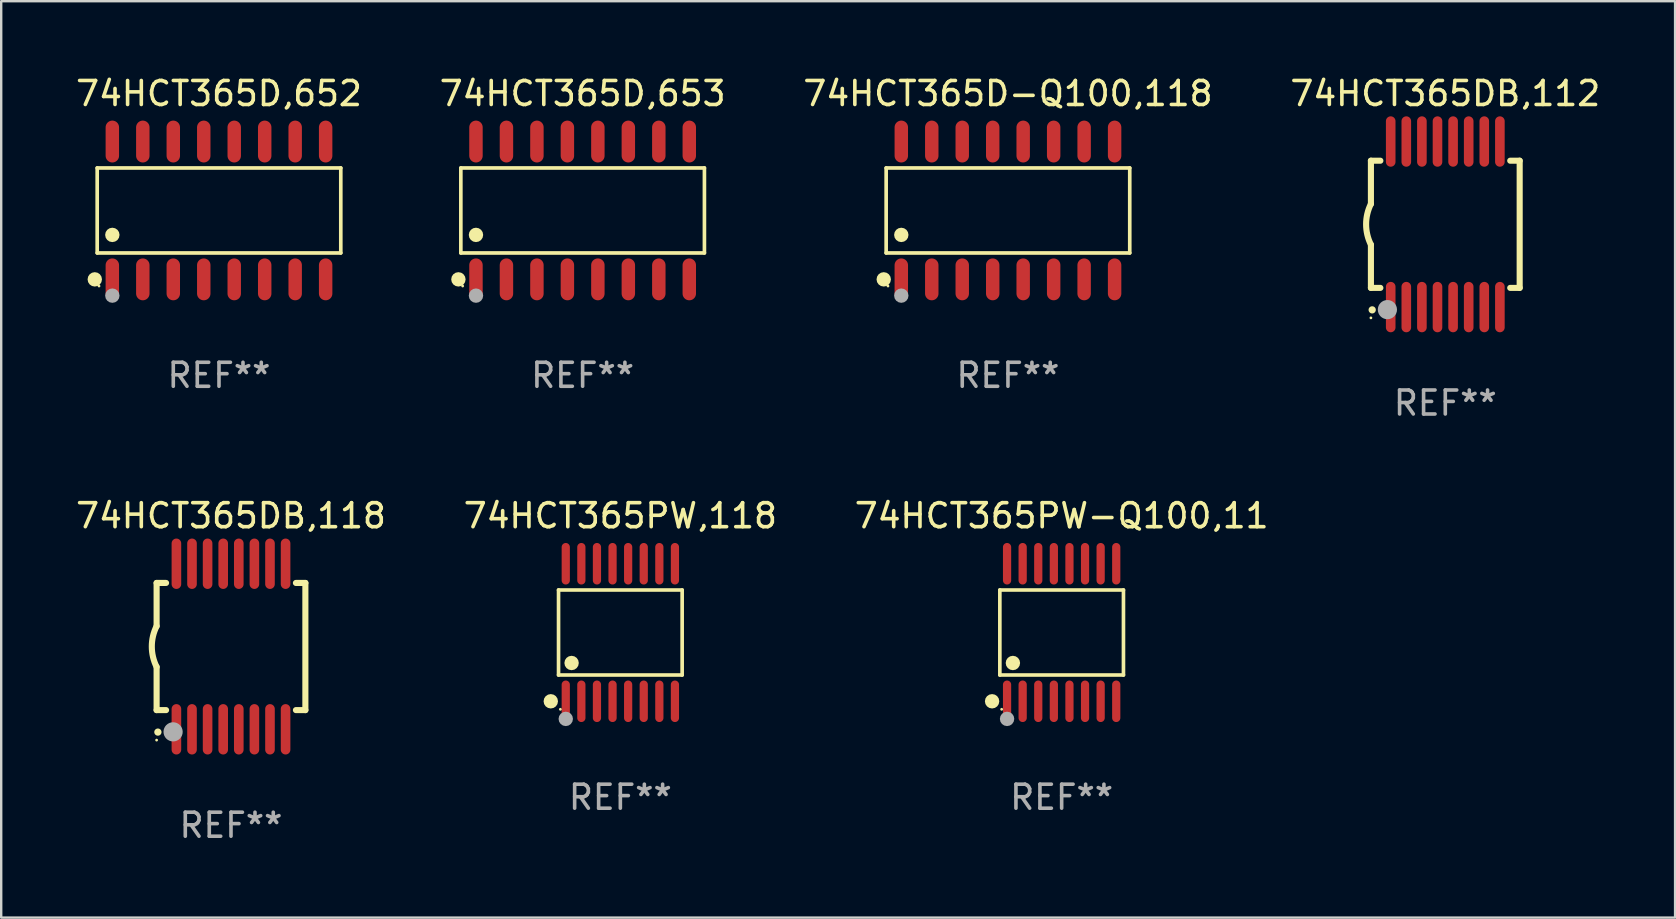
<source format=kicad_pcb>
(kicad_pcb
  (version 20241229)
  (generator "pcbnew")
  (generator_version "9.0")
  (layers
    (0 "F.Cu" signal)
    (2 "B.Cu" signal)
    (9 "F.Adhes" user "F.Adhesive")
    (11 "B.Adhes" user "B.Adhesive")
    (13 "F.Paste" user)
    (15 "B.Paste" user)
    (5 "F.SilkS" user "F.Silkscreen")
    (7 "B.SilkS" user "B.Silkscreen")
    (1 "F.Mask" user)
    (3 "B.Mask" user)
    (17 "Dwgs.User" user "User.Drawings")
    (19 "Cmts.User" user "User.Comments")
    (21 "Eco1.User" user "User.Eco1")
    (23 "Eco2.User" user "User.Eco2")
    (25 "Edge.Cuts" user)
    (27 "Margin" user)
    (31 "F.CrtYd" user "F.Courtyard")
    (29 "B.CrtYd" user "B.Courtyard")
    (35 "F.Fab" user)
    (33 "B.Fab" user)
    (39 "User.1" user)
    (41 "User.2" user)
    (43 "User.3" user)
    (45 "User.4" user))
  (footprint "74HCT365DB,112"
    (layer "F.Cu")
    (at 57.185 6.298)
    (property "Reference" "74HCT365DB,112" (at 0 -5.45 0) (layer "F.SilkS") (effects (font (size 1 1) (thickness 0.15))))
    (attr through_hole)
    (fp_line (start -3.1 -2.65) (end -3.1 -0.85) (stroke (width 0.254) (type solid)) (layer "F.SilkS"))
    (fp_line (start -3.1 -2.65) (end -2.706 -2.65) (stroke (width 0.254) (type solid)) (layer "F.SilkS"))
    (fp_line (start -3.1 2.65) (end -3.1 0.85) (stroke (width 0.254) (type solid)) (layer "F.SilkS"))
    (fp_line (start -3.1 2.65) (end -2.706 2.65) (stroke (width 0.254) (type solid)) (layer "F.SilkS"))
    (fp_line (start 2.706 -2.65) (end 3.1 -2.65) (stroke (width 0.254) (type solid)) (layer "F.SilkS"))
    (fp_line (start 2.706 2.65) (end 3.1 2.65) (stroke (width 0.254) (type solid)) (layer "F.SilkS"))
    (fp_line (start 3.1 -2.65) (end 3.1 2.65) (stroke (width 0.254) (type solid)) (layer "F.SilkS"))
    (fp_arc (start -3.098907 0.850902) (mid -3.300057 0.000523) (end -3.1 -0.850114) (stroke (width 0.254001) (type solid)) (layer "F.SilkS"))
    (fp_arc (start -3.048006 3.566066) (mid -3.046736 3.566061) (end -3.045466 3.566066) (stroke (width 0.3) (type solid)) (layer "F.SilkS"))
    (fp_circle (center -3.1 3.9) (end -3.07 3.9) (stroke (width 0.06) (type solid)) (fill no) (layer "F.SilkS"))
    (fp_circle (center -2.413 3.556) (end -2.213 3.556) (stroke (width 0.4) (type solid)) (fill no) (layer "F.Fab"))
    (fp_text user "REF**" (at 0 7.45 0) (layer "F.Fab") (effects (font (size 1 1) (thickness 0.15))))
    (pad "1" smd oval (at -2.275 3.45 180) (size 0.4 2.1) (layers "F.Cu" "F.Mask" "F.Paste"))
    (pad "2" smd oval (at -1.625 3.45 180) (size 0.4 2.1) (layers "F.Cu" "F.Mask" "F.Paste"))
    (pad "3" smd oval (at -0.975 3.45 180) (size 0.4 2.1) (layers "F.Cu" "F.Mask" "F.Paste"))
    (pad "4" smd oval (at -0.325 3.45 180) (size 0.4 2.1) (layers "F.Cu" "F.Mask" "F.Paste"))
    (pad "5" smd oval (at 0.325 3.45 180) (size 0.4 2.1) (layers "F.Cu" "F.Mask" "F.Paste"))
    (pad "6" smd oval (at 0.975 3.45 180) (size 0.4 2.1) (layers "F.Cu" "F.Mask" "F.Paste"))
    (pad "7" smd oval (at 1.625 3.45 180) (size 0.4 2.1) (layers "F.Cu" "F.Mask" "F.Paste"))
    (pad "8" smd oval (at 2.275 3.45 180) (size 0.4 2.1) (layers "F.Cu" "F.Mask" "F.Paste"))
    (pad "9" smd oval (at 2.275 -3.45 180) (size 0.4 2.1) (layers "F.Cu" "F.Mask" "F.Paste"))
    (pad "10" smd oval (at 1.625 -3.45 180) (size 0.4 2.1) (layers "F.Cu" "F.Mask" "F.Paste"))
    (pad "11" smd oval (at 0.975 -3.45 180) (size 0.4 2.1) (layers "F.Cu" "F.Mask" "F.Paste"))
    (pad "12" smd oval (at 0.325 -3.45 180) (size 0.4 2.1) (layers "F.Cu" "F.Mask" "F.Paste"))
    (pad "13" smd oval (at -0.325 -3.45 180) (size 0.4 2.1) (layers "F.Cu" "F.Mask" "F.Paste"))
    (pad "14" smd oval (at -0.975 -3.45 180) (size 0.4 2.1) (layers "F.Cu" "F.Mask" "F.Paste"))
    (pad "15" smd oval (at -1.625 -3.45 180) (size 0.4 2.1) (layers "F.Cu" "F.Mask" "F.Paste"))
    (pad "16" smd oval (at -2.275 -3.45 180) (size 0.4 2.1) (layers "F.Cu" "F.Mask" "F.Paste")))
  (footprint "74HCT365D-Q100,118"
    (layer "F.Cu")
    (at 38.958 5.721)
    (property "Reference" "74HCT365D-Q100,118" (at 0 -4.872 0) (layer "F.SilkS") (effects (font (size 1 1) (thickness 0.15))))
    (attr through_hole)
    (fp_line (start -5.076 -1.771) (end 5.076 -1.771) (stroke (width 0.152) (type solid)) (layer "F.SilkS"))
    (fp_line (start -5.076 1.771) (end -5.076 -1.771) (stroke (width 0.152) (type solid)) (layer "F.SilkS"))
    (fp_line (start 5.076 -1.771) (end 5.076 1.771) (stroke (width 0.152) (type solid)) (layer "F.SilkS"))
    (fp_line (start 5.076 1.771) (end -5.076 1.771) (stroke (width 0.152) (type solid)) (layer "F.SilkS"))
    (fp_circle (center -5.177 2.872) (end -5.027 2.872) (stroke (width 0.3) (type solid)) (fill no) (layer "F.SilkS"))
    (fp_circle (center -5 3.15) (end -4.97 3.15) (stroke (width 0.06) (type solid)) (fill no) (layer "F.SilkS"))
    (fp_circle (center -4.445 1.019) (end -4.295 1.019) (stroke (width 0.3) (type solid)) (fill no) (layer "F.SilkS"))
    (fp_circle (center -4.445 3.55) (end -4.295 3.55) (stroke (width 0.3) (type solid)) (fill no) (layer "F.Fab"))
    (fp_text user "REF**" (at 0 6.872 0) (layer "F.Fab") (effects (font (size 1 1) (thickness 0.15))))
    (pad "1" smd oval (at -4.445 2.872) (size 0.56 1.745) (layers "F.Cu" "F.Mask" "F.Paste"))
    (pad "2" smd oval (at -3.175 2.872) (size 0.56 1.745) (layers "F.Cu" "F.Mask" "F.Paste"))
    (pad "3" smd oval (at -1.905 2.872) (size 0.56 1.745) (layers "F.Cu" "F.Mask" "F.Paste"))
    (pad "4" smd oval (at -0.635 2.872) (size 0.56 1.745) (layers "F.Cu" "F.Mask" "F.Paste"))
    (pad "5" smd oval (at 0.635 2.872) (size 0.56 1.745) (layers "F.Cu" "F.Mask" "F.Paste"))
    (pad "6" smd oval (at 1.905 2.872) (size 0.56 1.745) (layers "F.Cu" "F.Mask" "F.Paste"))
    (pad "7" smd oval (at 3.175 2.872) (size 0.56 1.745) (layers "F.Cu" "F.Mask" "F.Paste"))
    (pad "8" smd oval (at 4.445 2.872) (size 0.56 1.745) (layers "F.Cu" "F.Mask" "F.Paste"))
    (pad "9" smd oval (at 4.445 -2.872) (size 0.56 1.745) (layers "F.Cu" "F.Mask" "F.Paste"))
    (pad "10" smd oval (at 3.175 -2.872) (size 0.56 1.745) (layers "F.Cu" "F.Mask" "F.Paste"))
    (pad "11" smd oval (at 1.905 -2.872) (size 0.56 1.745) (layers "F.Cu" "F.Mask" "F.Paste"))
    (pad "12" smd oval (at 0.635 -2.872) (size 0.56 1.745) (layers "F.Cu" "F.Mask" "F.Paste"))
    (pad "13" smd oval (at -0.635 -2.872) (size 0.56 1.745) (layers "F.Cu" "F.Mask" "F.Paste"))
    (pad "14" smd oval (at -1.905 -2.872) (size 0.56 1.745) (layers "F.Cu" "F.Mask" "F.Paste"))
    (pad "15" smd oval (at -3.175 -2.872) (size 0.56 1.745) (layers "F.Cu" "F.Mask" "F.Paste"))
    (pad "16" smd oval (at -4.445 -2.872) (size 0.56 1.745) (layers "F.Cu" "F.Mask" "F.Paste")))
  (footprint "74HCT365PW-Q100,11"
    (layer "F.Cu")
    (at 41.196 23.311)
    (property "Reference" "74HCT365PW-Q100,11" (at 0 -4.866 0) (layer "F.SilkS") (effects (font (size 1 1) (thickness 0.15))))
    (attr through_hole)
    (fp_line (start -2.576 -1.772) (end 2.576 -1.772) (stroke (width 0.152) (type solid)) (layer "F.SilkS"))
    (fp_line (start -2.576 1.771) (end -2.576 -1.772) (stroke (width 0.152) (type solid)) (layer "F.SilkS"))
    (fp_line (start 2.576 -1.772) (end 2.576 1.771) (stroke (width 0.152) (type solid)) (layer "F.SilkS"))
    (fp_line (start 2.576 1.771) (end -2.576 1.771) (stroke (width 0.152) (type solid)) (layer "F.SilkS"))
    (fp_circle (center -2.899 2.866) (end -2.749 2.866) (stroke (width 0.3) (type solid)) (fill no) (layer "F.SilkS"))
    (fp_circle (center -2.5 3.2) (end -2.47 3.2) (stroke (width 0.06) (type solid)) (fill no) (layer "F.SilkS"))
    (fp_circle (center -2.032 1.27) (end -1.882 1.27) (stroke (width 0.3) (type solid)) (fill no) (layer "F.SilkS"))
    (fp_circle (center -2.275 3.6) (end -2.125 3.6) (stroke (width 0.3) (type solid)) (fill no) (layer "F.Fab"))
    (fp_text user "REF**" (at 0 6.866 0) (layer "F.Fab") (effects (font (size 1 1) (thickness 0.15))))
    (pad "1" smd oval (at -2.275 2.866) (size 0.343 1.731) (layers "F.Cu" "F.Mask" "F.Paste"))
    (pad "2" smd oval (at -1.625 2.866) (size 0.343 1.731) (layers "F.Cu" "F.Mask" "F.Paste"))
    (pad "3" smd oval (at -0.975 2.866) (size 0.343 1.731) (layers "F.Cu" "F.Mask" "F.Paste"))
    (pad "4" smd oval (at -0.325 2.866) (size 0.343 1.731) (layers "F.Cu" "F.Mask" "F.Paste"))
    (pad "5" smd oval (at 0.325 2.866) (size 0.343 1.731) (layers "F.Cu" "F.Mask" "F.Paste"))
    (pad "6" smd oval (at 0.975 2.866) (size 0.343 1.731) (layers "F.Cu" "F.Mask" "F.Paste"))
    (pad "7" smd oval (at 1.625 2.866) (size 0.343 1.731) (layers "F.Cu" "F.Mask" "F.Paste"))
    (pad "8" smd oval (at 2.275 2.866) (size 0.343 1.731) (layers "F.Cu" "F.Mask" "F.Paste"))
    (pad "9" smd oval (at 2.275 -2.866) (size 0.343 1.731) (layers "F.Cu" "F.Mask" "F.Paste"))
    (pad "10" smd oval (at 1.625 -2.866) (size 0.343 1.731) (layers "F.Cu" "F.Mask" "F.Paste"))
    (pad "11" smd oval (at 0.975 -2.866) (size 0.343 1.731) (layers "F.Cu" "F.Mask" "F.Paste"))
    (pad "12" smd oval (at 0.325 -2.866) (size 0.343 1.731) (layers "F.Cu" "F.Mask" "F.Paste"))
    (pad "13" smd oval (at -0.325 -2.866) (size 0.343 1.731) (layers "F.Cu" "F.Mask" "F.Paste"))
    (pad "14" smd oval (at -0.975 -2.866) (size 0.343 1.731) (layers "F.Cu" "F.Mask" "F.Paste"))
    (pad "15" smd oval (at -1.625 -2.866) (size 0.343 1.731) (layers "F.Cu" "F.Mask" "F.Paste"))
    (pad "16" smd oval (at -2.275 -2.866) (size 0.343 1.731) (layers "F.Cu" "F.Mask" "F.Paste")))
  (footprint "74HCT365PW,118"
    (layer "F.Cu")
    (at 22.804 23.311)
    (property "Reference" "74HCT365PW,118" (at 0 -4.866 0) (layer "F.SilkS") (effects (font (size 1 1) (thickness 0.15))))
    (attr through_hole)
    (fp_line (start -2.576 -1.772) (end 2.576 -1.772) (stroke (width 0.152) (type solid)) (layer "F.SilkS"))
    (fp_line (start -2.576 1.771) (end -2.576 -1.772) (stroke (width 0.152) (type solid)) (layer "F.SilkS"))
    (fp_line (start 2.576 -1.772) (end 2.576 1.771) (stroke (width 0.152) (type solid)) (layer "F.SilkS"))
    (fp_line (start 2.576 1.771) (end -2.576 1.771) (stroke (width 0.152) (type solid)) (layer "F.SilkS"))
    (fp_circle (center -2.899 2.866) (end -2.749 2.866) (stroke (width 0.3) (type solid)) (fill no) (layer "F.SilkS"))
    (fp_circle (center -2.5 3.2) (end -2.47 3.2) (stroke (width 0.06) (type solid)) (fill no) (layer "F.SilkS"))
    (fp_circle (center -2.032 1.27) (end -1.882 1.27) (stroke (width 0.3) (type solid)) (fill no) (layer "F.SilkS"))
    (fp_circle (center -2.275 3.6) (end -2.125 3.6) (stroke (width 0.3) (type solid)) (fill no) (layer "F.Fab"))
    (fp_text user "REF**" (at 0 6.866 0) (layer "F.Fab") (effects (font (size 1 1) (thickness 0.15))))
    (pad "1" smd oval (at -2.275 2.866) (size 0.343 1.731) (layers "F.Cu" "F.Mask" "F.Paste"))
    (pad "2" smd oval (at -1.625 2.866) (size 0.343 1.731) (layers "F.Cu" "F.Mask" "F.Paste"))
    (pad "3" smd oval (at -0.975 2.866) (size 0.343 1.731) (layers "F.Cu" "F.Mask" "F.Paste"))
    (pad "4" smd oval (at -0.325 2.866) (size 0.343 1.731) (layers "F.Cu" "F.Mask" "F.Paste"))
    (pad "5" smd oval (at 0.325 2.866) (size 0.343 1.731) (layers "F.Cu" "F.Mask" "F.Paste"))
    (pad "6" smd oval (at 0.975 2.866) (size 0.343 1.731) (layers "F.Cu" "F.Mask" "F.Paste"))
    (pad "7" smd oval (at 1.625 2.866) (size 0.343 1.731) (layers "F.Cu" "F.Mask" "F.Paste"))
    (pad "8" smd oval (at 2.275 2.866) (size 0.343 1.731) (layers "F.Cu" "F.Mask" "F.Paste"))
    (pad "9" smd oval (at 2.275 -2.866) (size 0.343 1.731) (layers "F.Cu" "F.Mask" "F.Paste"))
    (pad "10" smd oval (at 1.625 -2.866) (size 0.343 1.731) (layers "F.Cu" "F.Mask" "F.Paste"))
    (pad "11" smd oval (at 0.975 -2.866) (size 0.343 1.731) (layers "F.Cu" "F.Mask" "F.Paste"))
    (pad "12" smd oval (at 0.325 -2.866) (size 0.343 1.731) (layers "F.Cu" "F.Mask" "F.Paste"))
    (pad "13" smd oval (at -0.325 -2.866) (size 0.343 1.731) (layers "F.Cu" "F.Mask" "F.Paste"))
    (pad "14" smd oval (at -0.975 -2.866) (size 0.343 1.731) (layers "F.Cu" "F.Mask" "F.Paste"))
    (pad "15" smd oval (at -1.625 -2.866) (size 0.343 1.731) (layers "F.Cu" "F.Mask" "F.Paste"))
    (pad "16" smd oval (at -2.275 -2.866) (size 0.343 1.731) (layers "F.Cu" "F.Mask" "F.Paste")))
  (footprint "74HCT365D,653"
    (layer "F.Cu")
    (at 21.232 5.721)
    (property "Reference" "74HCT365D,653" (at 0 -4.872 0) (layer "F.SilkS") (effects (font (size 1 1) (thickness 0.15))))
    (attr through_hole)
    (fp_line (start -5.076 -1.771) (end 5.076 -1.771) (stroke (width 0.152) (type solid)) (layer "F.SilkS"))
    (fp_line (start -5.076 1.771) (end -5.076 -1.771) (stroke (width 0.152) (type solid)) (layer "F.SilkS"))
    (fp_line (start 5.076 -1.771) (end 5.076 1.771) (stroke (width 0.152) (type solid)) (layer "F.SilkS"))
    (fp_line (start 5.076 1.771) (end -5.076 1.771) (stroke (width 0.152) (type solid)) (layer "F.SilkS"))
    (fp_circle (center -5.177 2.872) (end -5.027 2.872) (stroke (width 0.3) (type solid)) (fill no) (layer "F.SilkS"))
    (fp_circle (center -5 3.15) (end -4.97 3.15) (stroke (width 0.06) (type solid)) (fill no) (layer "F.SilkS"))
    (fp_circle (center -4.445 1.019) (end -4.295 1.019) (stroke (width 0.3) (type solid)) (fill no) (layer "F.SilkS"))
    (fp_circle (center -4.445 3.55) (end -4.295 3.55) (stroke (width 0.3) (type solid)) (fill no) (layer "F.Fab"))
    (fp_text user "REF**" (at 0 6.872 0) (layer "F.Fab") (effects (font (size 1 1) (thickness 0.15))))
    (pad "1" smd oval (at -4.445 2.872) (size 0.56 1.745) (layers "F.Cu" "F.Mask" "F.Paste"))
    (pad "2" smd oval (at -3.175 2.872) (size 0.56 1.745) (layers "F.Cu" "F.Mask" "F.Paste"))
    (pad "3" smd oval (at -1.905 2.872) (size 0.56 1.745) (layers "F.Cu" "F.Mask" "F.Paste"))
    (pad "4" smd oval (at -0.635 2.872) (size 0.56 1.745) (layers "F.Cu" "F.Mask" "F.Paste"))
    (pad "5" smd oval (at 0.635 2.872) (size 0.56 1.745) (layers "F.Cu" "F.Mask" "F.Paste"))
    (pad "6" smd oval (at 1.905 2.872) (size 0.56 1.745) (layers "F.Cu" "F.Mask" "F.Paste"))
    (pad "7" smd oval (at 3.175 2.872) (size 0.56 1.745) (layers "F.Cu" "F.Mask" "F.Paste"))
    (pad "8" smd oval (at 4.445 2.872) (size 0.56 1.745) (layers "F.Cu" "F.Mask" "F.Paste"))
    (pad "9" smd oval (at 4.445 -2.872) (size 0.56 1.745) (layers "F.Cu" "F.Mask" "F.Paste"))
    (pad "10" smd oval (at 3.175 -2.872) (size 0.56 1.745) (layers "F.Cu" "F.Mask" "F.Paste"))
    (pad "11" smd oval (at 1.905 -2.872) (size 0.56 1.745) (layers "F.Cu" "F.Mask" "F.Paste"))
    (pad "12" smd oval (at 0.635 -2.872) (size 0.56 1.745) (layers "F.Cu" "F.Mask" "F.Paste"))
    (pad "13" smd oval (at -0.635 -2.872) (size 0.56 1.745) (layers "F.Cu" "F.Mask" "F.Paste"))
    (pad "14" smd oval (at -1.905 -2.872) (size 0.56 1.745) (layers "F.Cu" "F.Mask" "F.Paste"))
    (pad "15" smd oval (at -3.175 -2.872) (size 0.56 1.745) (layers "F.Cu" "F.Mask" "F.Paste"))
    (pad "16" smd oval (at -4.445 -2.872) (size 0.56 1.745) (layers "F.Cu" "F.Mask" "F.Paste")))
  (footprint "74HCT365DB,118"
    (layer "F.Cu")
    (at 6.577 23.895)
    (property "Reference" "74HCT365DB,118" (at 0 -5.45 0) (layer "F.SilkS") (effects (font (size 1 1) (thickness 0.15))))
    (attr through_hole)
    (fp_line (start -3.1 -2.65) (end -3.1 -0.85) (stroke (width 0.254) (type solid)) (layer "F.SilkS"))
    (fp_line (start -3.1 -2.65) (end -2.706 -2.65) (stroke (width 0.254) (type solid)) (layer "F.SilkS"))
    (fp_line (start -3.1 2.65) (end -3.1 0.85) (stroke (width 0.254) (type solid)) (layer "F.SilkS"))
    (fp_line (start -3.1 2.65) (end -2.706 2.65) (stroke (width 0.254) (type solid)) (layer "F.SilkS"))
    (fp_line (start 2.706 -2.65) (end 3.1 -2.65) (stroke (width 0.254) (type solid)) (layer "F.SilkS"))
    (fp_line (start 2.706 2.65) (end 3.1 2.65) (stroke (width 0.254) (type solid)) (layer "F.SilkS"))
    (fp_line (start 3.1 -2.65) (end 3.1 2.65) (stroke (width 0.254) (type solid)) (layer "F.SilkS"))
    (fp_arc (start -3.098907 0.850902) (mid -3.300057 0.000523) (end -3.1 -0.850114) (stroke (width 0.254001) (type solid)) (layer "F.SilkS"))
    (fp_arc (start -3.048006 3.566066) (mid -3.046736 3.566061) (end -3.045466 3.566066) (stroke (width 0.3) (type solid)) (layer "F.SilkS"))
    (fp_circle (center -3.1 3.9) (end -3.07 3.9) (stroke (width 0.06) (type solid)) (fill no) (layer "F.SilkS"))
    (fp_circle (center -2.413 3.556) (end -2.213 3.556) (stroke (width 0.4) (type solid)) (fill no) (layer "F.Fab"))
    (fp_text user "REF**" (at 0 7.45 0) (layer "F.Fab") (effects (font (size 1 1) (thickness 0.15))))
    (pad "1" smd oval (at -2.275 3.45 180) (size 0.4 2.1) (layers "F.Cu" "F.Mask" "F.Paste"))
    (pad "2" smd oval (at -1.625 3.45 180) (size 0.4 2.1) (layers "F.Cu" "F.Mask" "F.Paste"))
    (pad "3" smd oval (at -0.975 3.45 180) (size 0.4 2.1) (layers "F.Cu" "F.Mask" "F.Paste"))
    (pad "4" smd oval (at -0.325 3.45 180) (size 0.4 2.1) (layers "F.Cu" "F.Mask" "F.Paste"))
    (pad "5" smd oval (at 0.325 3.45 180) (size 0.4 2.1) (layers "F.Cu" "F.Mask" "F.Paste"))
    (pad "6" smd oval (at 0.975 3.45 180) (size 0.4 2.1) (layers "F.Cu" "F.Mask" "F.Paste"))
    (pad "7" smd oval (at 1.625 3.45 180) (size 0.4 2.1) (layers "F.Cu" "F.Mask" "F.Paste"))
    (pad "8" smd oval (at 2.275 3.45 180) (size 0.4 2.1) (layers "F.Cu" "F.Mask" "F.Paste"))
    (pad "9" smd oval (at 2.275 -3.45 180) (size 0.4 2.1) (layers "F.Cu" "F.Mask" "F.Paste"))
    (pad "10" smd oval (at 1.625 -3.45 180) (size 0.4 2.1) (layers "F.Cu" "F.Mask" "F.Paste"))
    (pad "11" smd oval (at 0.975 -3.45 180) (size 0.4 2.1) (layers "F.Cu" "F.Mask" "F.Paste"))
    (pad "12" smd oval (at 0.325 -3.45 180) (size 0.4 2.1) (layers "F.Cu" "F.Mask" "F.Paste"))
    (pad "13" smd oval (at -0.325 -3.45 180) (size 0.4 2.1) (layers "F.Cu" "F.Mask" "F.Paste"))
    (pad "14" smd oval (at -0.975 -3.45 180) (size 0.4 2.1) (layers "F.Cu" "F.Mask" "F.Paste"))
    (pad "15" smd oval (at -1.625 -3.45 180) (size 0.4 2.1) (layers "F.Cu" "F.Mask" "F.Paste"))
    (pad "16" smd oval (at -2.275 -3.45 180) (size 0.4 2.1) (layers "F.Cu" "F.Mask" "F.Paste")))
  (footprint "74HCT365D,652"
    (layer "F.Cu")
    (at 6.077 5.721)
    (property "Reference" "74HCT365D,652" (at 0 -4.872 0) (layer "F.SilkS") (effects (font (size 1 1) (thickness 0.15))))
    (attr through_hole)
    (fp_line (start -5.076 -1.771) (end 5.076 -1.771) (stroke (width 0.152) (type solid)) (layer "F.SilkS"))
    (fp_line (start -5.076 1.771) (end -5.076 -1.771) (stroke (width 0.152) (type solid)) (layer "F.SilkS"))
    (fp_line (start 5.076 -1.771) (end 5.076 1.771) (stroke (width 0.152) (type solid)) (layer "F.SilkS"))
    (fp_line (start 5.076 1.771) (end -5.076 1.771) (stroke (width 0.152) (type solid)) (layer "F.SilkS"))
    (fp_circle (center -5.177 2.872) (end -5.027 2.872) (stroke (width 0.3) (type solid)) (fill no) (layer "F.SilkS"))
    (fp_circle (center -5 3.15) (end -4.97 3.15) (stroke (width 0.06) (type solid)) (fill no) (layer "F.SilkS"))
    (fp_circle (center -4.445 1.019) (end -4.295 1.019) (stroke (width 0.3) (type solid)) (fill no) (layer "F.SilkS"))
    (fp_circle (center -4.445 3.55) (end -4.295 3.55) (stroke (width 0.3) (type solid)) (fill no) (layer "F.Fab"))
    (fp_text user "REF**" (at 0 6.872 0) (layer "F.Fab") (effects (font (size 1 1) (thickness 0.15))))
    (pad "1" smd oval (at -4.445 2.872) (size 0.56 1.745) (layers "F.Cu" "F.Mask" "F.Paste"))
    (pad "2" smd oval (at -3.175 2.872) (size 0.56 1.745) (layers "F.Cu" "F.Mask" "F.Paste"))
    (pad "3" smd oval (at -1.905 2.872) (size 0.56 1.745) (layers "F.Cu" "F.Mask" "F.Paste"))
    (pad "4" smd oval (at -0.635 2.872) (size 0.56 1.745) (layers "F.Cu" "F.Mask" "F.Paste"))
    (pad "5" smd oval (at 0.635 2.872) (size 0.56 1.745) (layers "F.Cu" "F.Mask" "F.Paste"))
    (pad "6" smd oval (at 1.905 2.872) (size 0.56 1.745) (layers "F.Cu" "F.Mask" "F.Paste"))
    (pad "7" smd oval (at 3.175 2.872) (size 0.56 1.745) (layers "F.Cu" "F.Mask" "F.Paste"))
    (pad "8" smd oval (at 4.445 2.872) (size 0.56 1.745) (layers "F.Cu" "F.Mask" "F.Paste"))
    (pad "9" smd oval (at 4.445 -2.872) (size 0.56 1.745) (layers "F.Cu" "F.Mask" "F.Paste"))
    (pad "10" smd oval (at 3.175 -2.872) (size 0.56 1.745) (layers "F.Cu" "F.Mask" "F.Paste"))
    (pad "11" smd oval (at 1.905 -2.872) (size 0.56 1.745) (layers "F.Cu" "F.Mask" "F.Paste"))
    (pad "12" smd oval (at 0.635 -2.872) (size 0.56 1.745) (layers "F.Cu" "F.Mask" "F.Paste"))
    (pad "13" smd oval (at -0.635 -2.872) (size 0.56 1.745) (layers "F.Cu" "F.Mask" "F.Paste"))
    (pad "14" smd oval (at -1.905 -2.872) (size 0.56 1.745) (layers "F.Cu" "F.Mask" "F.Paste"))
    (pad "15" smd oval (at -3.175 -2.872) (size 0.56 1.745) (layers "F.Cu" "F.Mask" "F.Paste"))
    (pad "16" smd oval (at -4.445 -2.872) (size 0.56 1.745) (layers "F.Cu" "F.Mask" "F.Paste")))
  (gr_rect
    (start -3 -3)
    (end 66.762 35.193)
    (stroke (width 0.1) (type default))
    (fill no)
    (layer "Edge.Cuts")))
</source>
